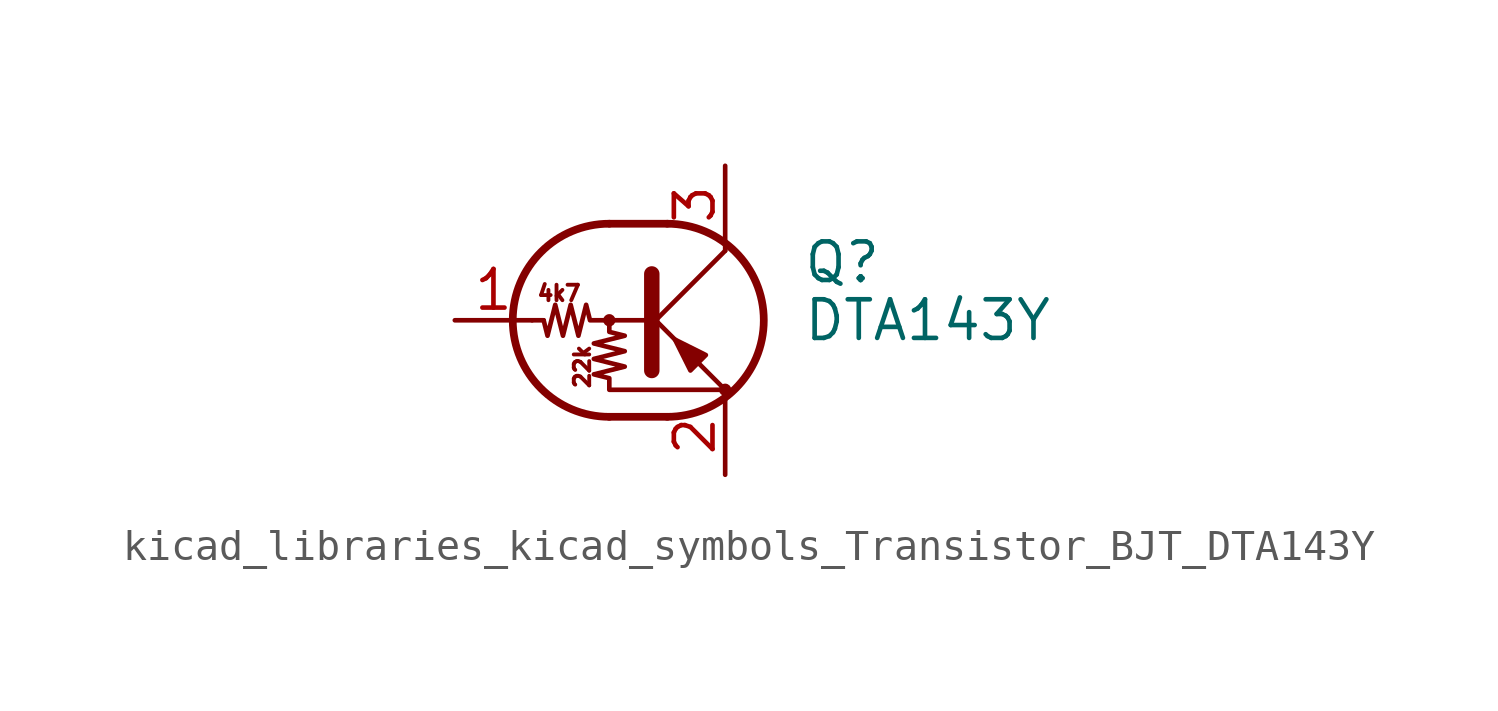
<source format=kicad_sym>
(kicad_symbol_lib
  (version 20220914)
  (generator kicad_symbol_editor)
  (symbol "kicad_libraries_kicad_symbols_Transistor_BJT_DTA143Y"
    (pin_names
      (offset 0) hide)
    (property "Reference" "Q"
      (at 5.08 1.905 0)
      (effects (font (size 1.27 1.27)) (justify left)))
    (property "Value" "DTA143Y"
      (at 5.08 0 0)
      (effects (font (size 1.27 1.27)) (justify left)))
    (symbol "kicad_libraries_kicad_symbols_Transistor_BJT_DTA143Y_0_0"
      (text "22k" (at -2.159 -1.524 900) (effects (font (size 0.508 0.508))))
      (text "4k7" (at -2.921 0.889 0) (effects (font (size 0.508 0.508)))))
    (symbol "kicad_libraries_kicad_symbols_Transistor_BJT_DTA143Y_0_1"
      (circle (center -1.27 0) (radius 0.127) (stroke (width 0) (type default)) (fill (type none)))
      (arc (start -1.27 3.175) (mid -4.4312 0) (end -1.27 -3.175) (stroke (width 0.254) (type default)) (fill (type none)))
      (polyline (pts (xy -3.429 0) (xy -3.81 0)) (stroke (width 0) (type default)) (fill (type none)))
      (polyline (pts (xy -1.27 -3.175) (xy 0.635 -3.175)) (stroke (width 0.254) (type default)) (fill (type none)))
      (polyline (pts (xy -1.27 3.175) (xy 0.635 3.175)) (stroke (width 0.254) (type default)) (fill (type none)))
      (polyline (pts (xy 0 -0.254) (xy 2.54 2.286)) (stroke (width 0) (type default)) (fill (type none)))
      (polyline (pts (xy 0.127 1.524) (xy 0.127 -1.651)) (stroke (width 0.508) (type default)) (fill (type outline)))
      (polyline (pts (xy 2.54 2.286) (xy 2.54 2.54)) (stroke (width 0) (type default)) (fill (type none)))
      (polyline (pts (xy 2.54 -2.286) (xy 0 0.254) (xy 0 0.254)) (stroke (width 0) (type default)) (fill (type none)))
      (polyline (pts (xy 1.397 -1.651) (xy 1.905 -1.143) (xy 0.889 -0.635) (xy 1.397 -1.651)) (stroke (width 0) (type default)) (fill (type outline)))
      (polyline (pts (xy 0 0) (xy -1.905 0) (xy -2.032 0.508) (xy -2.286 -0.508) (xy -2.54 0.508) (xy -2.794 -0.508) (xy -3.048 0.508) (xy -3.302 -0.508) (xy -3.429 0)) (stroke (width 0) (type default)) (fill (type none)))
      (polyline (pts (xy -1.27 0) (xy -1.27 -0.381) (xy -0.762 -0.508) (xy -1.778 -0.762) (xy -0.762 -1.016) (xy -1.778 -1.27) (xy -0.762 -1.524) (xy -1.778 -1.778) (xy -1.27 -1.905) (xy -1.27 -2.286) (xy 2.54 -2.286)) (stroke (width 0) (type default)) (fill (type none)))
      (arc (start 0.635 -3.175) (mid 3.7962 0) (end 0.635 3.175) (stroke (width 0.254) (type default)) (fill (type none)))
      (circle (center 2.54 -2.286) (radius 0.127) (stroke (width 0) (type default)) (fill (type none))))
    (symbol "kicad_libraries_kicad_symbols_Transistor_BJT_DTA143Y_1_1"
      (pin input line (at -6.35 0 0) (length 2.54) (name "B" (effects (font (size 1.27 1.27)))) (number "1" (effects (font (size 1.27 1.27)))))
      (pin passive line (at 2.54 -5.08 90) (length 2.54) (name "E" (effects (font (size 1.27 1.27)))) (number "2" (effects (font (size 1.27 1.27)))))
      (pin passive line (at 2.54 5.08 270) (length 2.54) (name "C" (effects (font (size 1.27 1.27)))) (number "3" (effects (font (size 1.27 1.27))))))))
</source>
